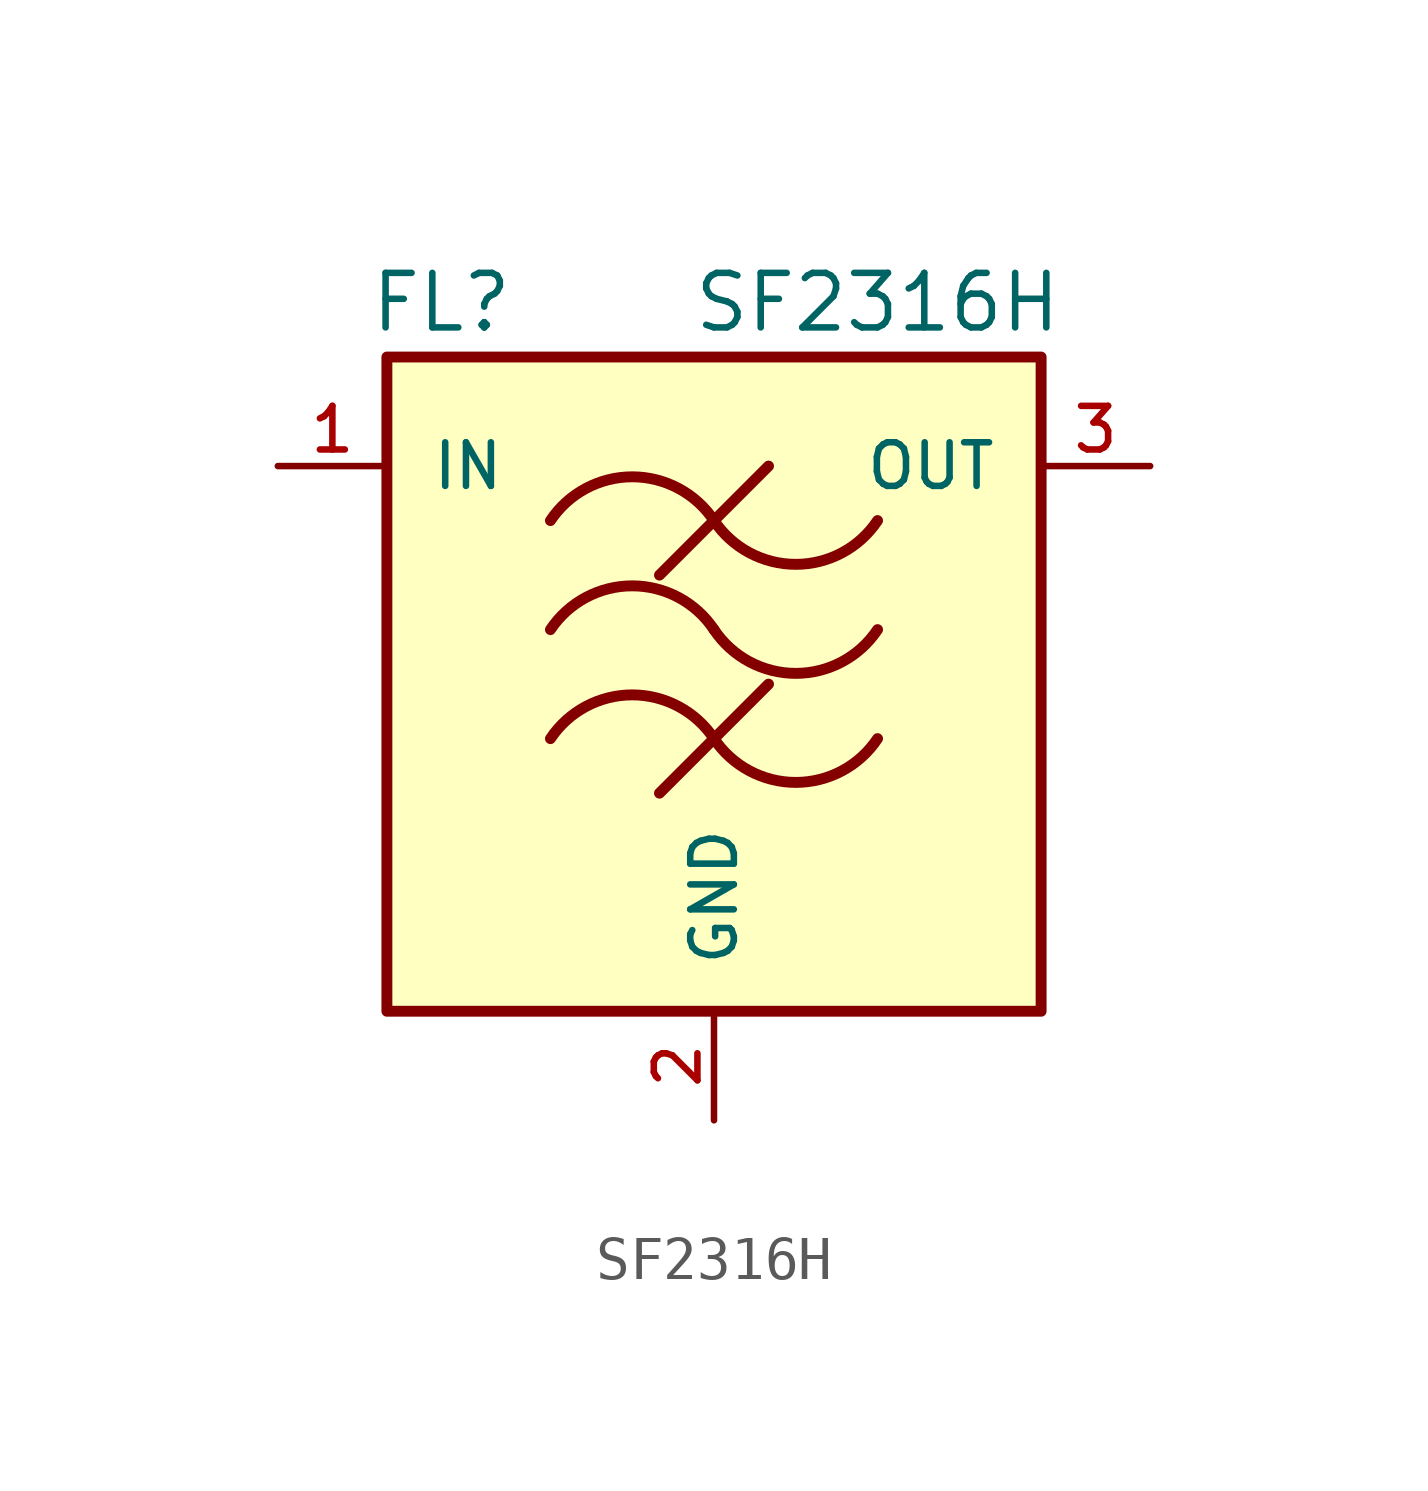
<source format=kicad_sym>
(kicad_symbol_lib
  (version 20220914)
  (generator kicad_symbol_editor)
  (symbol "SF2316H"
    (pin_names
      (offset 1.016))
    (property "Reference" "FL"
      (at -6.35 8.89 0)
      (effects (font (size 1.27 1.27))))
    (property "Value" "SF2316H"
      (at 3.81 8.89 0)
      (effects (font (size 1.27 1.27))))
    (symbol "SF2316H_0_0"
      (rectangle (start -7.62 7.62) (end 7.62 -7.62) (stroke (width 0.254) (type default)) (fill (type background)))
      (pin input line (at -10.16 5.08 0) (length 2.54) (name "IN" (effects (font (size 1.016 1.016)))) (number "1" (effects (font (size 1.016 1.016)))))
      (pin output line (at 10.16 5.08 180) (length 2.54) (name "OUT" (effects (font (size 1.016 1.016)))) (number "3" (effects (font (size 1.016 1.016))))))
    (symbol "SF2316H_0_1"
      (arc (start 0 -1.2699) (mid -1.905 -0.2504) (end -3.81 -1.2699) (stroke (width 0.254) (type default)) (fill (type none)))
      (arc (start 0 -1.2699) (mid 1.905 -2.2894) (end 3.81 -1.2699) (stroke (width 0.254) (type default)) (fill (type none)))
      (polyline (pts (xy -1.27 -2.54) (xy 1.27 0.0001)) (stroke (width 0.254) (type default)) (fill (type none)))
      (polyline (pts (xy -1.27 2.54) (xy 1.27 5.08)) (stroke (width 0.254) (type default)) (fill (type none)))
      (arc (start 0 1.2701) (mid -1.905 2.2896) (end -3.81 1.2701) (stroke (width 0.254) (type default)) (fill (type none)))
      (arc (start 0 1.2701) (mid 1.905 0.2506) (end 3.81 1.2701) (stroke (width 0.254) (type default)) (fill (type none)))
      (arc (start 0 3.8101) (mid -1.905 4.8296) (end -3.81 3.8101) (stroke (width 0.254) (type default)) (fill (type none)))
      (arc (start 0 3.8101) (mid 1.905 2.7906) (end 3.81 3.8101) (stroke (width 0.254) (type default)) (fill (type none))))
    (symbol "SF2316H_1_0"
      (pin power_in line (at 0 -10.16 90) (length 2.54) (name "GND" (effects (font (size 1.016 1.016)))) (number "2" (effects (font (size 1.016 1.016)))))
      (pin power_in line (at 0 -10.16 90) (length 2.54) hide (name "GND" (effects (font (size 1.016 1.016)))) (number "4" (effects (font (size 1.016 1.016))))))))
</source>
